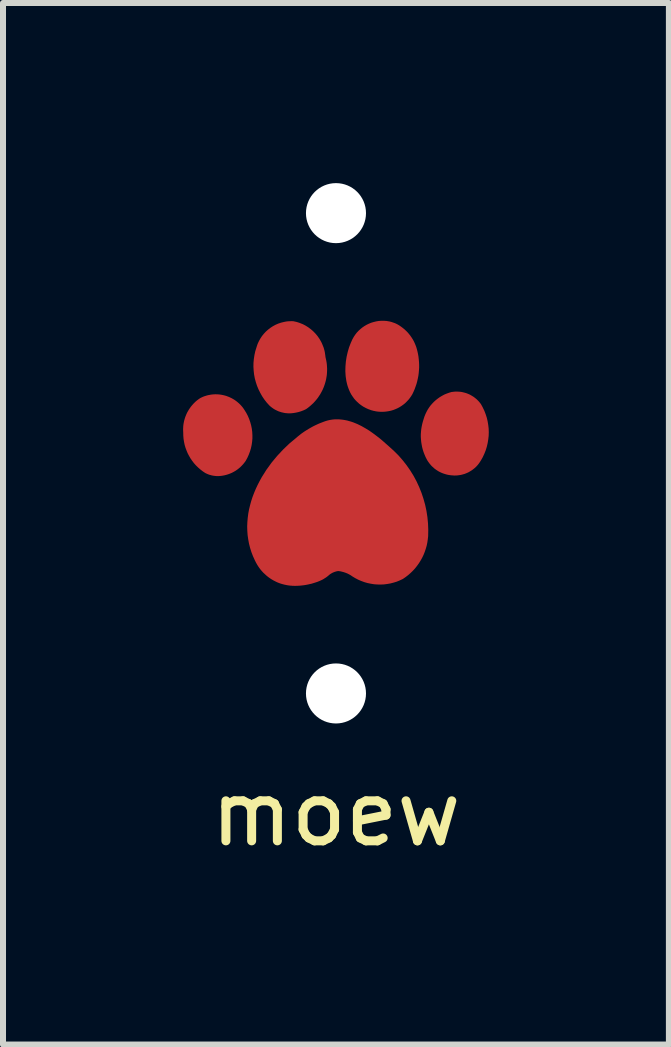
<source format=kicad_pcb>
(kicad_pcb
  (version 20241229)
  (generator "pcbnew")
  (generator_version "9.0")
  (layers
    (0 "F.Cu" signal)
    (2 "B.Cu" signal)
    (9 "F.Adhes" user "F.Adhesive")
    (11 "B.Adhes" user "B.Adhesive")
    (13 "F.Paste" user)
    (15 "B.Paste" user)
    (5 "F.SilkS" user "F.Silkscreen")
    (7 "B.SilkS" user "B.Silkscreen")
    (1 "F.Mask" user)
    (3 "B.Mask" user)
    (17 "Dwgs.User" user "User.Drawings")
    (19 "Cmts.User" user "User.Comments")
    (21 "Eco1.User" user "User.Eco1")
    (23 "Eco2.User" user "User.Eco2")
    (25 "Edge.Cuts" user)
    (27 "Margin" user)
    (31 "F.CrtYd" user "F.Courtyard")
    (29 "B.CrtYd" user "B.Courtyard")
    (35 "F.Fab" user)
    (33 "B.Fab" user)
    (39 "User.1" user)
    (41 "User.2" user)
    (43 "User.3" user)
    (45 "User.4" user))
  (footprint "moew"
    (layer "F.Cu")
    (at 2.546 4.5)
    (property "Reference" "moew" (at 0 6 0) (unlocked yes) (layer "F.SilkS") (effects (font (size 1 1) (thickness 0.15))))
    (attr smd)
    (fp_poly (pts (xy -1.283 -1.75) (xy -1.275 -1.774) (xy -1.267 -1.796) (xy -1.258 -1.818) (xy -1.248 -1.84) (xy -1.237 -1.861) (xy -1.225 -1.881) (xy -1.213 -1.901) (xy -1.2 -1.921) (xy -1.186 -1.939) (xy -1.171 -1.957) (xy -1.156 -1.975) (xy -1.139 -1.991) (xy -1.123 -2.007) (xy -1.105 -2.023) (xy -1.088 -2.037) (xy -1.069 -2.051) (xy -1.05 -2.064) (xy -1.03 -2.076) (xy -1.01 -2.088) (xy -0.99 -2.098) (xy -0.969 -2.108) (xy -0.947 -2.117) (xy -0.926 -2.125) (xy -0.904 -2.133) (xy -0.881 -2.139) (xy -0.858 -2.144) (xy -0.835 -2.149) (xy -0.812 -2.152) (xy -0.788 -2.155) (xy -0.764 -2.156) (xy -0.74 -2.157) (xy -0.716 -2.156) (xy -0.662 -2.148) (xy -0.611 -2.134) (xy -0.563 -2.115) (xy -0.518 -2.09) (xy -0.476 -2.062) (xy -0.436 -2.028) (xy -0.4 -1.991) (xy -0.367 -1.951) (xy -0.336 -1.907) (xy -0.309 -1.86) (xy -0.285 -1.81) (xy -0.264 -1.759) (xy -0.245 -1.705) (xy -0.23 -1.65) (xy -0.218 -1.594) (xy -0.21 -1.536) (xy -0.204 -1.479) (xy -0.202 -1.421) (xy -0.203 -1.363) (xy -0.207 -1.305) (xy -0.214 -1.249) (xy -0.225 -1.193) (xy -0.239 -1.139) (xy -0.256 -1.087) (xy -0.277 -1.037) (xy -0.301 -0.989) (xy -0.328 -0.945) (xy -0.359 -0.903) (xy -0.393 -0.865) (xy -0.431 -0.831) (xy -0.473 -0.801) (xy -0.517 -0.776) (xy -0.573 -0.751) (xy -0.627 -0.732) (xy -0.679 -0.719) (xy -0.73 -0.712) (xy -0.779 -0.709) (xy -0.826 -0.712) (xy -0.871 -0.719) (xy -0.915 -0.731) (xy -0.956 -0.748) (xy -0.996 -0.768) (xy -1.034 -0.792) (xy -1.069 -0.819) (xy -1.103 -0.85) (xy -1.134 -0.884) (xy -1.164 -0.921) (xy -1.191 -0.961) (xy -1.215 -1.002) (xy -1.238 -1.046) (xy -1.258 -1.092) (xy -1.276 -1.14) (xy -1.291 -1.189) (xy -1.304 -1.239) (xy -1.314 -1.29) (xy -1.321 -1.341) (xy -1.326 -1.393) (xy -1.328 -1.446) (xy -1.328 -1.498) (xy -1.325 -1.55) (xy -1.318 -1.601) (xy -1.309 -1.652) (xy -1.297 -1.702) (xy -1.283 -1.75)) (stroke (width 0) (type solid)) (fill yes) (layer "F.Mask"))
    (fp_poly (pts (xy 1.502 -0.555) (xy 1.514 -0.593) (xy 1.528 -0.631) (xy 1.545 -0.667) (xy 1.564 -0.701) (xy 1.585 -0.734) (xy 1.609 -0.766) (xy 1.634 -0.796) (xy 1.661 -0.824) (xy 1.69 -0.85) (xy 1.72 -0.875) (xy 1.752 -0.897) (xy 1.786 -0.918) (xy 1.821 -0.936) (xy 1.857 -0.952) (xy 1.895 -0.966) (xy 1.933 -0.977) (xy 1.965 -0.982) (xy 1.997 -0.984) (xy 2.029 -0.984) (xy 2.061 -0.981) (xy 2.092 -0.977) (xy 2.123 -0.97) (xy 2.153 -0.961) (xy 2.182 -0.95) (xy 2.211 -0.937) (xy 2.238 -0.922) (xy 2.265 -0.906) (xy 2.29 -0.887) (xy 2.314 -0.866) (xy 2.337 -0.844) (xy 2.358 -0.82) (xy 2.378 -0.794) (xy 2.402 -0.758) (xy 2.423 -0.718) (xy 2.442 -0.677) (xy 2.458 -0.634) (xy 2.471 -0.589) (xy 2.482 -0.542) (xy 2.491 -0.495) (xy 2.496 -0.446) (xy 2.499 -0.397) (xy 2.5 -0.348) (xy 2.498 -0.298) (xy 2.493 -0.249) (xy 2.486 -0.199) (xy 2.476 -0.151) (xy 2.464 -0.103) (xy 2.45 -0.057) (xy 2.432 -0.012) (xy 2.413 0.031) (xy 2.391 0.073) (xy 2.366 0.112) (xy 2.339 0.149) (xy 2.309 0.183) (xy 2.277 0.214) (xy 2.243 0.241) (xy 2.206 0.266) (xy 2.167 0.286) (xy 2.125 0.303) (xy 2.081 0.315) (xy 2.035 0.323) (xy 1.986 0.326) (xy 1.935 0.324) (xy 1.881 0.316) (xy 1.845 0.308) (xy 1.811 0.298) (xy 1.779 0.286) (xy 1.748 0.271) (xy 1.719 0.255) (xy 1.691 0.237) (xy 1.665 0.217) (xy 1.641 0.195) (xy 1.618 0.172) (xy 1.597 0.147) (xy 1.577 0.122) (xy 1.559 0.094) (xy 1.543 0.066) (xy 1.528 0.037) (xy 1.514 0.006) (xy 1.502 -0.025) (xy 1.492 -0.057) (xy 1.482 -0.089) (xy 1.475 -0.122) (xy 1.469 -0.156) (xy 1.464 -0.19) (xy 1.461 -0.224) (xy 1.459 -0.258) (xy 1.458 -0.292) (xy 1.459 -0.326) (xy 1.461 -0.36) (xy 1.464 -0.394) (xy 1.469 -0.427) (xy 1.475 -0.46) (xy 1.483 -0.492) (xy 1.492 -0.524) (xy 1.502 -0.555)) (stroke (width 0) (type solid)) (fill yes) (layer "F.Mask"))
    (fp_poly (pts (xy -2.156 0.29) (xy -2.191 0.27) (xy -2.225 0.246) (xy -2.257 0.22) (xy -2.288 0.192) (xy -2.316 0.161) (xy -2.343 0.128) (xy -2.368 0.093) (xy -2.39 0.056) (xy -2.411 0.017) (xy -2.43 -0.023) (xy -2.446 -0.064) (xy -2.461 -0.107) (xy -2.473 -0.15) (xy -2.483 -0.194) (xy -2.491 -0.238) (xy -2.496 -0.283) (xy -2.499 -0.328) (xy -2.5 -0.372) (xy -2.498 -0.417) (xy -2.494 -0.461) (xy -2.487 -0.504) (xy -2.478 -0.547) (xy -2.467 -0.588) (xy -2.452 -0.628) (xy -2.435 -0.667) (xy -2.415 -0.704) (xy -2.393 -0.739) (xy -2.368 -0.773) (xy -2.339 -0.804) (xy -2.309 -0.833) (xy -2.275 -0.859) (xy -2.238 -0.882) (xy -2.215 -0.893) (xy -2.192 -0.902) (xy -2.169 -0.911) (xy -2.146 -0.918) (xy -2.122 -0.924) (xy -2.099 -0.929) (xy -2.075 -0.933) (xy -2.051 -0.936) (xy -2.027 -0.938) (xy -2.004 -0.938) (xy -1.98 -0.938) (xy -1.956 -0.936) (xy -1.91 -0.93) (xy -1.864 -0.92) (xy -1.819 -0.905) (xy -1.775 -0.887) (xy -1.754 -0.876) (xy -1.734 -0.864) (xy -1.713 -0.852) (xy -1.694 -0.838) (xy -1.675 -0.824) (xy -1.656 -0.808) (xy -1.639 -0.792) (xy -1.621 -0.775) (xy -1.605 -0.757) (xy -1.589 -0.738) (xy -1.575 -0.718) (xy -1.56 -0.697) (xy -1.532 -0.651) (xy -1.508 -0.604) (xy -1.487 -0.555) (xy -1.47 -0.506) (xy -1.456 -0.455) (xy -1.446 -0.404) (xy -1.439 -0.353) (xy -1.436 -0.301) (xy -1.436 -0.249) (xy -1.44 -0.197) (xy -1.448 -0.146) (xy -1.459 -0.095) (xy -1.474 -0.044) (xy -1.493 0.005) (xy -1.515 0.054) (xy -1.54 0.101) (xy -1.55 0.115) (xy -1.56 0.129) (xy -1.571 0.143) (xy -1.582 0.156) (xy -1.593 0.169) (xy -1.605 0.181) (xy -1.617 0.193) (xy -1.63 0.205) (xy -1.643 0.216) (xy -1.657 0.226) (xy -1.67 0.237) (xy -1.684 0.246) (xy -1.699 0.256) (xy -1.714 0.264) (xy -1.729 0.273) (xy -1.744 0.281) (xy -1.768 0.293) (xy -1.793 0.304) (xy -1.818 0.313) (xy -1.844 0.321) (xy -1.87 0.327) (xy -1.896 0.331) (xy -1.922 0.334) (xy -1.949 0.336) (xy -1.975 0.335) (xy -2.002 0.334) (xy -2.028 0.33) (xy -2.054 0.325) (xy -2.08 0.319) (xy -2.106 0.311) (xy -2.131 0.301) (xy -2.156 0.29)) (stroke (width 0) (type solid)) (fill yes) (layer "F.Mask"))
    (fp_poly (pts (xy 1.006 -2.107) (xy 1.035 -2.089) (xy 1.063 -2.07) (xy 1.089 -2.05) (xy 1.115 -2.029) (xy 1.139 -2.006) (xy 1.162 -1.982) (xy 1.184 -1.957) (xy 1.204 -1.931) (xy 1.223 -1.904) (xy 1.24 -1.876) (xy 1.256 -1.847) (xy 1.271 -1.818) (xy 1.284 -1.787) (xy 1.295 -1.756) (xy 1.305 -1.724) (xy 1.313 -1.691) (xy 1.323 -1.648) (xy 1.33 -1.604) (xy 1.336 -1.56) (xy 1.34 -1.516) (xy 1.341 -1.472) (xy 1.341 -1.428) (xy 1.339 -1.385) (xy 1.335 -1.341) (xy 1.329 -1.297) (xy 1.321 -1.254) (xy 1.311 -1.211) (xy 1.299 -1.169) (xy 1.286 -1.127) (xy 1.27 -1.086) (xy 1.253 -1.045) (xy 1.233 -1.005) (xy 1.219 -0.982) (xy 1.204 -0.96) (xy 1.188 -0.939) (xy 1.171 -0.919) (xy 1.153 -0.9) (xy 1.135 -0.882) (xy 1.116 -0.865) (xy 1.096 -0.849) (xy 1.075 -0.833) (xy 1.054 -0.819) (xy 1.032 -0.806) (xy 1.01 -0.794) (xy 0.987 -0.783) (xy 0.963 -0.774) (xy 0.94 -0.765) (xy 0.916 -0.757) (xy 0.891 -0.751) (xy 0.867 -0.745) (xy 0.842 -0.741) (xy 0.817 -0.738) (xy 0.791 -0.736) (xy 0.766 -0.735) (xy 0.74 -0.736) (xy 0.715 -0.737) (xy 0.689 -0.74) (xy 0.664 -0.744) (xy 0.639 -0.749) (xy 0.613 -0.756) (xy 0.588 -0.764) (xy 0.563 -0.773) (xy 0.539 -0.783) (xy 0.515 -0.795) (xy 0.48 -0.814) (xy 0.447 -0.836) (xy 0.417 -0.859) (xy 0.388 -0.884) (xy 0.362 -0.911) (xy 0.339 -0.939) (xy 0.317 -0.969) (xy 0.297 -1) (xy 0.279 -1.032) (xy 0.264 -1.066) (xy 0.25 -1.1) (xy 0.238 -1.136) (xy 0.228 -1.172) (xy 0.219 -1.209) (xy 0.212 -1.247) (xy 0.207 -1.285) (xy 0.204 -1.324) (xy 0.202 -1.363) (xy 0.202 -1.441) (xy 0.209 -1.52) (xy 0.221 -1.597) (xy 0.237 -1.673) (xy 0.259 -1.746) (xy 0.284 -1.815) (xy 0.314 -1.881) (xy 0.323 -1.899) (xy 0.334 -1.916) (xy 0.344 -1.933) (xy 0.356 -1.949) (xy 0.368 -1.965) (xy 0.38 -1.98) (xy 0.393 -1.995) (xy 0.407 -2.009) (xy 0.421 -2.023) (xy 0.436 -2.036) (xy 0.451 -2.048) (xy 0.466 -2.06) (xy 0.482 -2.072) (xy 0.498 -2.082) (xy 0.515 -2.092) (xy 0.532 -2.102) (xy 0.549 -2.111) (xy 0.567 -2.119) (xy 0.585 -2.126) (xy 0.603 -2.133) (xy 0.621 -2.139) (xy 0.64 -2.145) (xy 0.659 -2.15) (xy 0.678 -2.154) (xy 0.698 -2.157) (xy 0.717 -2.16) (xy 0.737 -2.162) (xy 0.757 -2.163) (xy 0.776 -2.163) (xy 0.797 -2.163) (xy 0.817 -2.162) (xy 0.837 -2.16) (xy 0.848 -2.158) (xy 0.859 -2.157) (xy 0.87 -2.155) (xy 0.881 -2.153) (xy 0.892 -2.15) (xy 0.903 -2.147) (xy 0.913 -2.144) (xy 0.924 -2.141) (xy 0.935 -2.138) (xy 0.945 -2.134) (xy 0.956 -2.13) (xy 0.966 -2.126) (xy 0.976 -2.121) (xy 0.986 -2.117) (xy 0.996 -2.112) (xy 1.006 -2.107)) (stroke (width 0) (type solid)) (fill yes) (layer "F.Mask"))
    (fp_poly (pts (xy 0.036 1.917) (xy 0.03 1.917) (xy 0.019 1.918) (xy 0.008 1.92) (xy -0.003 1.921) (xy -0.013 1.924) (xy -0.023 1.927) (xy -0.033 1.93) (xy -0.043 1.934) (xy -0.053 1.938) (xy -0.072 1.948) (xy -0.09 1.958) (xy -0.108 1.97) (xy -0.126 1.983) (xy -0.196 2.034) (xy -0.214 2.046) (xy -0.233 2.058) (xy -0.252 2.068) (xy -0.261 2.073) (xy -0.271 2.077) (xy -0.31 2.094) (xy -0.35 2.109) (xy -0.39 2.122) (xy -0.431 2.134) (xy -0.472 2.143) (xy -0.513 2.151) (xy -0.554 2.156) (xy -0.596 2.16) (xy -0.638 2.162) (xy -0.68 2.162) (xy -0.722 2.16) (xy -0.764 2.156) (xy -0.806 2.15) (xy -0.847 2.142) (xy -0.888 2.132) (xy -0.929 2.121) (xy -0.961 2.108) (xy -0.991 2.094) (xy -1.021 2.078) (xy -1.049 2.061) (xy -1.077 2.043) (xy -1.104 2.023) (xy -1.13 2.003) (xy -1.155 1.981) (xy -1.178 1.957) (xy -1.201 1.933) (xy -1.222 1.908) (xy -1.243 1.881) (xy -1.261 1.854) (xy -1.279 1.825) (xy -1.295 1.796) (xy -1.31 1.766) (xy -1.341 1.698) (xy -1.367 1.63) (xy -1.389 1.561) (xy -1.406 1.492) (xy -1.42 1.423) (xy -1.429 1.354) (xy -1.434 1.284) (xy -1.435 1.215) (xy -1.433 1.146) (xy -1.427 1.078) (xy -1.418 1.009) (xy -1.406 0.941) (xy -1.39 0.873) (xy -1.371 0.806) (xy -1.324 0.674) (xy -1.267 0.545) (xy -1.2 0.42) (xy -1.124 0.299) (xy -1.04 0.183) (xy -0.948 0.073) (xy -0.851 -0.03) (xy -0.749 -0.127) (xy -0.643 -0.217) (xy -0.615 -0.241) (xy -0.586 -0.264) (xy -0.556 -0.287) (xy -0.526 -0.309) (xy -0.495 -0.33) (xy -0.464 -0.35) (xy -0.433 -0.369) (xy -0.4 -0.388) (xy -0.368 -0.406) (xy -0.335 -0.422) (xy -0.301 -0.438) (xy -0.267 -0.453) (xy -0.233 -0.468) (xy -0.198 -0.481) (xy -0.163 -0.493) (xy -0.128 -0.505) (xy -0.094 -0.512) (xy -0.059 -0.518) (xy -0.025 -0.521) (xy 0.009 -0.522) (xy 0.043 -0.521) (xy 0.077 -0.519) (xy 0.111 -0.515) (xy 0.145 -0.509) (xy 0.178 -0.501) (xy 0.212 -0.492) (xy 0.278 -0.47) (xy 0.344 -0.443) (xy 0.408 -0.411) (xy 0.471 -0.376) (xy 0.532 -0.337) (xy 0.592 -0.296) (xy 0.65 -0.253) (xy 0.706 -0.209) (xy 0.759 -0.165) (xy 0.859 -0.076) (xy 0.936 -0.006) (xy 1.008 0.067) (xy 1.076 0.145) (xy 1.139 0.225) (xy 1.197 0.309) (xy 1.25 0.396) (xy 1.299 0.485) (xy 1.342 0.578) (xy 1.38 0.672) (xy 1.412 0.768) (xy 1.44 0.866) (xy 1.461 0.966) (xy 1.477 1.067) (xy 1.488 1.17) (xy 1.492 1.273) (xy 1.491 1.377) (xy 1.486 1.428) (xy 1.478 1.479) (xy 1.467 1.529) (xy 1.454 1.578) (xy 1.438 1.626) (xy 1.419 1.673) (xy 1.397 1.719) (xy 1.373 1.763) (xy 1.346 1.806) (xy 1.317 1.847) (xy 1.285 1.886) (xy 1.251 1.924) (xy 1.215 1.96) (xy 1.176 1.994) (xy 1.136 2.025) (xy 1.093 2.054) (xy 1.045 2.077) (xy 0.996 2.096) (xy 0.946 2.112) (xy 0.895 2.125) (xy 0.843 2.134) (xy 0.792 2.14) (xy 0.74 2.142) (xy 0.688 2.141) (xy 0.636 2.136) (xy 0.585 2.129) (xy 0.534 2.117) (xy 0.484 2.103) (xy 0.435 2.085) (xy 0.387 2.064) (xy 0.34 2.04) (xy 0.294 2.012) (xy 0.28 2.002) (xy 0.265 1.993) (xy 0.25 1.984) (xy 0.235 1.976) (xy 0.219 1.968) (xy 0.204 1.96) (xy 0.188 1.954) (xy 0.171 1.947) (xy 0.155 1.942) (xy 0.138 1.937) (xy 0.122 1.932) (xy 0.105 1.928) (xy 0.088 1.924) (xy 0.071 1.922) (xy 0.053 1.919) (xy 0.036 1.917)) (stroke (width 0) (type solid)) (fill yes) (layer "F.Mask"))
    (pad "" np_thru_hole circle (at 0 -4) (size 1 1) (drill 1) (layers "*.Cu"))
    (pad "" np_thru_hole circle (at 0 4) (size 1 1) (drill 1) (layers "*.Cu"))
    (pad "1" smd custom (at 0 1) (size 1 1) (layers "F.Cu") (options (anchor circle)) (primitives (gr_poly (pts (xy -0.138 -1.547) (xy -0.175 -1.536) (xy -0.211 -1.523) (xy -0.247 -1.509) (xy -0.283 -1.495) (xy -0.318 -1.479) (xy -0.352 -1.463) (xy -0.386 -1.446) (xy -0.42 -1.427) (xy -0.453 -1.408) (xy -0.486 -1.388) (xy -0.518 -1.368) (xy -0.55 -1.346) (xy -0.581 -1.324) (xy -0.611 -1.3) (xy -0.641 -1.276) (xy -0.67 -1.251) (xy -0.778 -1.161) (xy -0.881 -1.062) (xy -0.98 -0.956) (xy -1.073 -0.844) (xy -1.159 -0.725) (xy -1.237 -0.601) (xy -1.272 -0.537) (xy -1.305 -0.473) (xy -1.336 -0.407) (xy -1.364 -0.34) (xy -1.39 -0.272) (xy -1.412 -0.204) (xy -1.431 -0.135) (xy -1.448 -0.065) (xy -1.461 0.005) (xy -1.47 0.076) (xy -1.476 0.147) (xy -1.479 0.218) (xy -1.477 0.289) (xy -1.472 0.36) (xy -1.462 0.432) (xy -1.449 0.503) (xy -1.431 0.574) (xy -1.409 0.645) (xy -1.382 0.715) (xy -1.35 0.785) (xy -1.334 0.817) (xy -1.317 0.848) (xy -1.298 0.879) (xy -1.278 0.908) (xy -1.257 0.936) (xy -1.234 0.963) (xy -1.21 0.989) (xy -1.184 1.013) (xy -1.158 1.037) (xy -1.131 1.059) (xy -1.102 1.08) (xy -1.073 1.099) (xy -1.042 1.117) (xy -1.011 1.133) (xy -0.978 1.149) (xy -0.945 1.162) (xy -0.929 1.168) (xy -0.912 1.173) (xy -0.896 1.178) (xy -0.879 1.182) (xy -0.863 1.187) (xy -0.846 1.19) (xy -0.829 1.194) (xy -0.812 1.197) (xy -0.795 1.2) (xy -0.778 1.202) (xy -0.761 1.204) (xy -0.744 1.205) (xy -0.727 1.207) (xy -0.709 1.207) (xy -0.692 1.208) (xy -0.675 1.208) (xy -0.648 1.207) (xy -0.621 1.206) (xy -0.594 1.204) (xy -0.567 1.201) (xy -0.54 1.198) (xy -0.513 1.194) (xy -0.486 1.189) (xy -0.46 1.184) (xy -0.434 1.178) (xy -0.407 1.172) (xy -0.381 1.164) (xy -0.355 1.156) (xy -0.33 1.148) (xy -0.304 1.139) (xy -0.279 1.129) (xy -0.254 1.118) (xy -0.237 1.11) (xy -0.221 1.102) (xy -0.205 1.093) (xy -0.19 1.083) (xy -0.174 1.073) (xy -0.159 1.063) (xy -0.145 1.052) (xy -0.13 1.041) (xy -0.122 1.033) (xy -0.113 1.025) (xy -0.103 1.018) (xy -0.094 1.011) (xy -0.084 1.005) (xy -0.074 0.999) (xy -0.064 0.993) (xy -0.053 0.988) (xy -0.042 0.983) (xy -0.032 0.979) (xy -0.021 0.975) (xy -0.009 0.971) (xy 0.002 0.968) (xy 0.013 0.965) (xy 0.025 0.963) (xy 0.037 0.961) (xy 0.053 0.963) (xy 0.068 0.965) (xy 0.084 0.968) (xy 0.099 0.972) (xy 0.115 0.976) (xy 0.13 0.98) (xy 0.145 0.985) (xy 0.16 0.99) (xy 0.175 0.996) (xy 0.19 1.002) (xy 0.204 1.009) (xy 0.218 1.016) (xy 0.232 1.024) (xy 0.246 1.032) (xy 0.259 1.041) (xy 0.272 1.05) (xy 0.32 1.079) (xy 0.37 1.105) (xy 0.421 1.127) (xy 0.473 1.146) (xy 0.525 1.161) (xy 0.579 1.172) (xy 0.633 1.181) (xy 0.687 1.185) (xy 0.742 1.186) (xy 0.797 1.184) (xy 0.851 1.177) (xy 0.905 1.168) (xy 0.959 1.154) (xy 1.012 1.138) (xy 1.063 1.117) (xy 1.114 1.093) (xy 1.159 1.062) (xy 1.202 1.029) (xy 1.242 0.994) (xy 1.281 0.956) (xy 1.317 0.917) (xy 1.35 0.875) (xy 1.381 0.832) (xy 1.409 0.787) (xy 1.435 0.741) (xy 1.458 0.693) (xy 1.478 0.643) (xy 1.495 0.593) (xy 1.51 0.541) (xy 1.521 0.489) (xy 1.529 0.435) (xy 1.535 0.381) (xy 1.537 0.275) (xy 1.533 0.169) (xy 1.523 0.064) (xy 1.507 -0.04) (xy 1.485 -0.143) (xy 1.457 -0.243) (xy 1.424 -0.342) (xy 1.385 -0.439) (xy 1.341 -0.534) (xy 1.292 -0.625) (xy 1.237 -0.714) (xy 1.177 -0.8) (xy 1.112 -0.883) (xy 1.043 -0.962) (xy 0.968 -1.037) (xy 0.889 -1.109) (xy 0.787 -1.199) (xy 0.733 -1.245) (xy 0.675 -1.29) (xy 0.616 -1.334) (xy 0.555 -1.377) (xy 0.491 -1.416) (xy 0.426 -1.453) (xy 0.359 -1.486) (xy 0.291 -1.514) (xy 0.256 -1.526) (xy 0.221 -1.536) (xy 0.186 -1.546) (xy 0.151 -1.553) (xy 0.115 -1.559) (xy 0.079 -1.563) (xy 0.043 -1.566) (xy 0.007 -1.566) (xy -0.029 -1.565) (xy -0.065 -1.561) (xy -0.102 -1.555) (xy -0.138 -1.547)) (width 0) (fill yes))))
    (pad "2" smd custom (at -1.97 -0.3) (size 1 1) (layers "F.Cu") (options (anchor circle)) (primitives (gr_poly (pts (xy 0.446 -0.421) (xy 0.431 -0.444) (xy 0.415 -0.466) (xy 0.398 -0.486) (xy 0.38 -0.506) (xy 0.361 -0.525) (xy 0.342 -0.542) (xy 0.322 -0.559) (xy 0.301 -0.575) (xy 0.28 -0.59) (xy 0.258 -0.603) (xy 0.235 -0.616) (xy 0.212 -0.627) (xy 0.189 -0.638) (xy 0.165 -0.647) (xy 0.141 -0.656) (xy 0.116 -0.663) (xy 0.091 -0.669) (xy 0.066 -0.674) (xy 0.041 -0.678) (xy 0.016 -0.681) (xy -0.01 -0.682) (xy -0.036 -0.683) (xy -0.062 -0.682) (xy -0.087 -0.68) (xy -0.113 -0.677) (xy -0.139 -0.672) (xy -0.165 -0.667) (xy -0.19 -0.66) (xy -0.216 -0.652) (xy -0.241 -0.643) (xy -0.265 -0.632) (xy -0.29 -0.62) (xy -0.308 -0.608) (xy -0.325 -0.596) (xy -0.342 -0.583) (xy -0.359 -0.569) (xy -0.375 -0.555) (xy -0.39 -0.54) (xy -0.405 -0.525) (xy -0.419 -0.509) (xy -0.433 -0.493) (xy -0.446 -0.477) (xy -0.458 -0.46) (xy -0.47 -0.443) (xy -0.482 -0.425) (xy -0.492 -0.407) (xy -0.503 -0.389) (xy -0.512 -0.371) (xy -0.521 -0.352) (xy -0.529 -0.332) (xy -0.537 -0.313) (xy -0.544 -0.293) (xy -0.55 -0.273) (xy -0.556 -0.253) (xy -0.561 -0.233) (xy -0.565 -0.212) (xy -0.569 -0.191) (xy -0.572 -0.17) (xy -0.574 -0.149) (xy -0.575 -0.128) (xy -0.576 -0.107) (xy -0.576 -0.085) (xy -0.575 -0.064) (xy -0.574 -0.042) (xy -0.573 0.009) (xy -0.569 0.059) (xy -0.561 0.109) (xy -0.551 0.158) (xy -0.537 0.206) (xy -0.52 0.252) (xy -0.501 0.298) (xy -0.478 0.342) (xy -0.453 0.385) (xy -0.425 0.426) (xy -0.395 0.465) (xy -0.362 0.502) (xy -0.326 0.537) (xy -0.288 0.57) (xy -0.248 0.601) (xy -0.206 0.629) (xy -0.193 0.635) (xy -0.181 0.641) (xy -0.169 0.646) (xy -0.156 0.651) (xy -0.143 0.656) (xy -0.13 0.66) (xy -0.117 0.663) (xy -0.104 0.667) (xy -0.091 0.67) (xy -0.078 0.672) (xy -0.064 0.675) (xy -0.051 0.676) (xy -0.037 0.678) (xy -0.024 0.679) (xy -0.01 0.679) (xy 0.004 0.68) (xy 0.038 0.678) (xy 0.073 0.674) (xy 0.107 0.668) (xy 0.14 0.66) (xy 0.173 0.65) (xy 0.205 0.638) (xy 0.236 0.625) (xy 0.266 0.609) (xy 0.296 0.592) (xy 0.324 0.573) (xy 0.351 0.552) (xy 0.377 0.53) (xy 0.401 0.506) (xy 0.425 0.48) (xy 0.446 0.454) (xy 0.467 0.425) (xy 0.494 0.375) (xy 0.517 0.324) (xy 0.537 0.271) (xy 0.553 0.218) (xy 0.565 0.164) (xy 0.573 0.109) (xy 0.578 0.054) (xy 0.578 -0.001) (xy 0.575 -0.056) (xy 0.568 -0.111) (xy 0.557 -0.165) (xy 0.542 -0.219) (xy 0.524 -0.271) (xy 0.502 -0.323) (xy 0.476 -0.373) (xy 0.446 -0.421)) (width 0) (fill yes))))
    (pad "3" smd custom (at -0.75 -1.45) (size 1 1) (layers "F.Cu") (options (anchor circle)) (primitives (gr_poly (pts (xy -0.027 0.784) (xy -0.009 0.784) (xy 0.009 0.783) (xy 0.027 0.781) (xy 0.045 0.779) (xy 0.063 0.776) (xy 0.081 0.773) (xy 0.099 0.769) (xy 0.117 0.765) (xy 0.134 0.761) (xy 0.151 0.755) (xy 0.169 0.75) (xy 0.186 0.743) (xy 0.203 0.737) (xy 0.219 0.73) (xy 0.236 0.722) (xy 0.252 0.714) (xy 0.278 0.696) (xy 0.303 0.676) (xy 0.327 0.656) (xy 0.35 0.635) (xy 0.373 0.614) (xy 0.394 0.591) (xy 0.414 0.568) (xy 0.434 0.544) (xy 0.452 0.52) (xy 0.469 0.494) (xy 0.486 0.469) (xy 0.501 0.442) (xy 0.515 0.416) (xy 0.529 0.388) (xy 0.541 0.36) (xy 0.552 0.332) (xy 0.562 0.303) (xy 0.571 0.274) (xy 0.579 0.245) (xy 0.586 0.215) (xy 0.591 0.185) (xy 0.596 0.155) (xy 0.599 0.125) (xy 0.601 0.094) (xy 0.602 0.064) (xy 0.602 0.033) (xy 0.6 0.002) (xy 0.598 -0.029) (xy 0.594 -0.06) (xy 0.589 -0.091) (xy 0.582 -0.122) (xy 0.575 -0.153) (xy 0.572 -0.181) (xy 0.568 -0.208) (xy 0.564 -0.235) (xy 0.558 -0.262) (xy 0.551 -0.288) (xy 0.543 -0.314) (xy 0.533 -0.339) (xy 0.523 -0.364) (xy 0.512 -0.389) (xy 0.5 -0.413) (xy 0.473 -0.459) (xy 0.443 -0.502) (xy 0.409 -0.543) (xy 0.372 -0.581) (xy 0.332 -0.616) (xy 0.289 -0.648) (xy 0.267 -0.662) (xy 0.244 -0.676) (xy 0.22 -0.689) (xy 0.196 -0.701) (xy 0.171 -0.711) (xy 0.146 -0.721) (xy 0.12 -0.73) (xy 0.093 -0.738) (xy 0.066 -0.744) (xy 0.039 -0.75) (xy 0.013 -0.751) (xy -0.013 -0.75) (xy -0.039 -0.749) (xy -0.065 -0.747) (xy -0.09 -0.743) (xy -0.115 -0.738) (xy -0.164 -0.726) (xy -0.212 -0.71) (xy -0.258 -0.69) (xy -0.302 -0.666) (xy -0.343 -0.639) (xy -0.383 -0.608) (xy -0.42 -0.575) (xy -0.454 -0.538) (xy -0.485 -0.499) (xy -0.513 -0.456) (xy -0.525 -0.434) (xy -0.537 -0.411) (xy -0.548 -0.388) (xy -0.558 -0.364) (xy -0.566 -0.34) (xy -0.574 -0.315) (xy -0.594 -0.251) (xy -0.608 -0.186) (xy -0.618 -0.121) (xy -0.624 -0.056) (xy -0.625 0.009) (xy -0.621 0.074) (xy -0.614 0.138) (xy -0.602 0.202) (xy -0.585 0.265) (xy -0.565 0.326) (xy -0.54 0.386) (xy -0.511 0.444) (xy -0.479 0.501) (xy -0.442 0.556) (xy -0.401 0.608) (xy -0.356 0.657) (xy -0.339 0.672) (xy -0.321 0.686) (xy -0.303 0.699) (xy -0.284 0.712) (xy -0.265 0.723) (xy -0.245 0.733) (xy -0.224 0.743) (xy -0.204 0.752) (xy -0.182 0.759) (xy -0.161 0.766) (xy -0.139 0.771) (xy -0.117 0.776) (xy -0.095 0.78) (xy -0.073 0.782) (xy -0.05 0.784) (xy -0.027 0.784) (xy -0.027 0.784)) (width 0) (fill yes))))
    (pad "4" smd custom (at 0.77 -1.45) (size 1 1) (layers "F.Cu") (options (anchor circle)) (primitives (gr_poly (pts (xy -0.276 0.694) (xy -0.26 0.702) (xy -0.244 0.709) (xy -0.228 0.716) (xy -0.211 0.722) (xy -0.195 0.728) (xy -0.178 0.734) (xy -0.161 0.738) (xy -0.145 0.743) (xy -0.128 0.746) (xy -0.11 0.75) (xy -0.093 0.753) (xy -0.076 0.755) (xy -0.058 0.757) (xy -0.041 0.758) (xy -0.023 0.759) (xy -0.006 0.759) (xy 0.033 0.758) (xy 0.072 0.754) (xy 0.11 0.748) (xy 0.147 0.74) (xy 0.184 0.729) (xy 0.22 0.715) (xy 0.254 0.7) (xy 0.288 0.682) (xy 0.32 0.662) (xy 0.351 0.64) (xy 0.381 0.616) (xy 0.408 0.589) (xy 0.435 0.561) (xy 0.459 0.531) (xy 0.481 0.5) (xy 0.502 0.466) (xy 0.522 0.424) (xy 0.54 0.382) (xy 0.556 0.338) (xy 0.571 0.295) (xy 0.583 0.25) (xy 0.593 0.206) (xy 0.602 0.16) (xy 0.608 0.115) (xy 0.612 0.069) (xy 0.615 0.023) (xy 0.615 -0.022) (xy 0.613 -0.068) (xy 0.609 -0.114) (xy 0.604 -0.16) (xy 0.596 -0.206) (xy 0.586 -0.251) (xy 0.577 -0.286) (xy 0.567 -0.32) (xy 0.554 -0.354) (xy 0.54 -0.387) (xy 0.525 -0.419) (xy 0.508 -0.449) (xy 0.489 -0.479) (xy 0.469 -0.508) (xy 0.447 -0.536) (xy 0.424 -0.563) (xy 0.399 -0.588) (xy 0.373 -0.613) (xy 0.346 -0.635) (xy 0.317 -0.657) (xy 0.288 -0.677) (xy 0.257 -0.696) (xy 0.257 -0.696) (xy 0.246 -0.701) (xy 0.235 -0.707) (xy 0.224 -0.712) (xy 0.213 -0.717) (xy 0.202 -0.721) (xy 0.19 -0.725) (xy 0.179 -0.729) (xy 0.167 -0.733) (xy 0.156 -0.737) (xy 0.144 -0.74) (xy 0.132 -0.743) (xy 0.12 -0.746) (xy 0.108 -0.748) (xy 0.096 -0.75) (xy 0.084 -0.752) (xy 0.072 -0.754) (xy 0.029 -0.757) (xy -0.015 -0.757) (xy -0.058 -0.754) (xy -0.1 -0.747) (xy -0.141 -0.737) (xy -0.182 -0.725) (xy -0.221 -0.709) (xy -0.259 -0.691) (xy -0.296 -0.669) (xy -0.33 -0.646) (xy -0.363 -0.619) (xy -0.395 -0.59) (xy -0.424 -0.559) (xy -0.45 -0.525) (xy -0.474 -0.489) (xy -0.496 -0.45) (xy -0.525 -0.385) (xy -0.552 -0.315) (xy -0.574 -0.24) (xy -0.592 -0.162) (xy -0.605 -0.081) (xy -0.612 0.001) (xy -0.614 0.083) (xy -0.609 0.165) (xy -0.597 0.246) (xy -0.588 0.286) (xy -0.578 0.324) (xy -0.565 0.362) (xy -0.55 0.4) (xy -0.534 0.436) (xy -0.515 0.471) (xy -0.493 0.504) (xy -0.47 0.537) (xy -0.444 0.567) (xy -0.415 0.596) (xy -0.384 0.624) (xy -0.351 0.649) (xy -0.315 0.673) (xy -0.276 0.694)) (width 0) (fill yes))))
    (pad "5" smd custom (at 1.98 -0.33) (size 1 1) (layers "F.Cu") (options (anchor circle)) (primitives (gr_poly (pts (xy 0.434 -0.49) (xy 0.423 -0.504) (xy 0.412 -0.518) (xy 0.4 -0.532) (xy 0.389 -0.544) (xy 0.376 -0.557) (xy 0.364 -0.569) (xy 0.351 -0.58) (xy 0.337 -0.591) (xy 0.323 -0.602) (xy 0.309 -0.612) (xy 0.28 -0.63) (xy 0.25 -0.647) (xy 0.218 -0.661) (xy 0.186 -0.673) (xy 0.153 -0.682) (xy 0.12 -0.69) (xy 0.103 -0.693) (xy 0.085 -0.695) (xy 0.068 -0.696) (xy 0.051 -0.697) (xy 0.033 -0.698) (xy 0.016 -0.698) (xy -0.002 -0.697) (xy -0.019 -0.695) (xy -0.037 -0.693) (xy -0.055 -0.691) (xy -0.096 -0.679) (xy -0.137 -0.664) (xy -0.176 -0.648) (xy -0.213 -0.628) (xy -0.25 -0.606) (xy -0.284 -0.582) (xy -0.317 -0.556) (xy -0.348 -0.528) (xy -0.377 -0.498) (xy -0.405 -0.466) (xy -0.43 -0.432) (xy -0.453 -0.396) (xy -0.473 -0.359) (xy -0.491 -0.321) (xy -0.507 -0.281) (xy -0.52 -0.24) (xy -0.533 -0.198) (xy -0.544 -0.156) (xy -0.553 -0.113) (xy -0.56 -0.071) (xy -0.564 -0.028) (xy -0.567 0.015) (xy -0.567 0.058) (xy -0.564 0.101) (xy -0.56 0.144) (xy -0.553 0.186) (xy -0.545 0.228) (xy -0.534 0.27) (xy -0.521 0.311) (xy -0.505 0.352) (xy -0.488 0.392) (xy -0.468 0.431) (xy -0.454 0.456) (xy -0.437 0.48) (xy -0.42 0.503) (xy -0.402 0.525) (xy -0.382 0.546) (xy -0.361 0.565) (xy -0.34 0.584) (xy -0.317 0.601) (xy -0.293 0.617) (xy -0.269 0.632) (xy -0.243 0.645) (xy -0.217 0.657) (xy -0.191 0.667) (xy -0.163 0.676) (xy -0.135 0.684) (xy -0.107 0.69) (xy -0.094 0.692) (xy -0.08 0.694) (xy -0.067 0.696) (xy -0.053 0.697) (xy -0.04 0.698) (xy -0.026 0.699) (xy -0.012 0.7) (xy 0.001 0.7) (xy 0.035 0.699) (xy 0.067 0.695) (xy 0.1 0.69) (xy 0.132 0.682) (xy 0.163 0.673) (xy 0.193 0.661) (xy 0.223 0.648) (xy 0.251 0.632) (xy 0.279 0.615) (xy 0.305 0.596) (xy 0.33 0.576) (xy 0.354 0.554) (xy 0.376 0.53) (xy 0.397 0.504) (xy 0.416 0.477) (xy 0.434 0.449) (xy 0.465 0.394) (xy 0.491 0.338) (xy 0.514 0.28) (xy 0.532 0.221) (xy 0.546 0.161) (xy 0.556 0.101) (xy 0.563 0.04) (xy 0.565 -0.021) (xy 0.563 -0.081) (xy 0.556 -0.142) (xy 0.546 -0.202) (xy 0.532 -0.262) (xy 0.513 -0.321) (xy 0.491 -0.379) (xy 0.464 -0.435) (xy 0.434 -0.49)) (width 0) (fill yes)))))
  (gr_rect
    (start -3 -3)
    (end 8.091 14.348)
    (stroke (width 0.1) (type default))
    (fill no)
    (layer "Edge.Cuts")))
</source>
